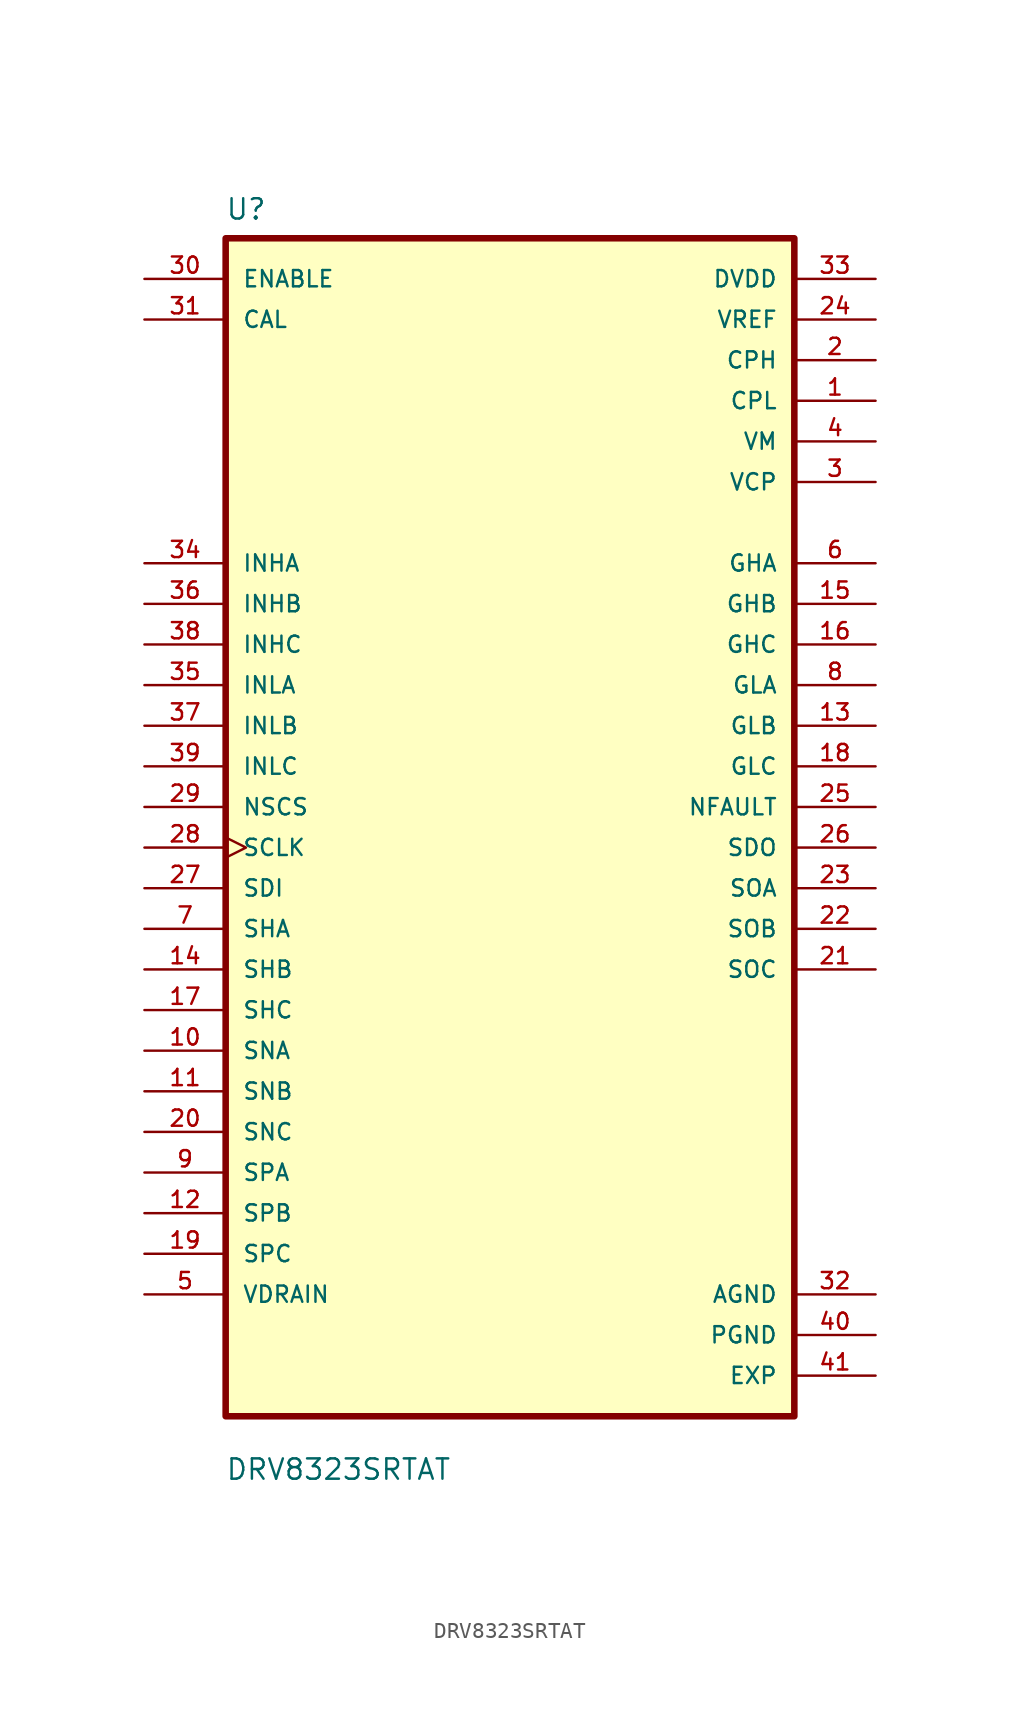
<source format=kicad_sym>
(kicad_symbol_lib
  (version 20211014)
  (generator kicad_symbol_editor)
  (symbol "DRV8323SRTAT"
    (pin_names
      (offset 1.016))
    (property "Reference" "U"
      (at -17.813 39.173 0.0)
      (effects (font (size 1.27 1.27)) (justify bottom left)))
    (property "Value" "DRV8323SRTAT"
      (at -17.811 -39.628 0.0)
      (effects (font (size 1.27 1.27)) (justify bottom left)))
    (symbol "DRV8323SRTAT_0_0"
      (rectangle (start -17.78 -35.56) (end 17.78 38.1) (stroke (width 0.41)) (fill (type background)))
      (pin input line (at -22.86 33.02 0) (length 5.08) (name "CAL" (effects (font (size 1.016 1.016)))) (number "31" (effects (font (size 1.016 1.016)))))
      (pin input line (at -22.86 35.56 0) (length 5.08) (name "ENABLE" (effects (font (size 1.016 1.016)))) (number "30" (effects (font (size 1.016 1.016)))))
      (pin input line (at -22.86 17.78 0) (length 5.08) (name "INHA" (effects (font (size 1.016 1.016)))) (number "34" (effects (font (size 1.016 1.016)))))
      (pin input line (at -22.86 15.24 0) (length 5.08) (name "INHB" (effects (font (size 1.016 1.016)))) (number "36" (effects (font (size 1.016 1.016)))))
      (pin input line (at -22.86 12.7 0) (length 5.08) (name "INHC" (effects (font (size 1.016 1.016)))) (number "38" (effects (font (size 1.016 1.016)))))
      (pin input line (at -22.86 10.16 0) (length 5.08) (name "INLA" (effects (font (size 1.016 1.016)))) (number "35" (effects (font (size 1.016 1.016)))))
      (pin input line (at -22.86 7.62 0) (length 5.08) (name "INLB" (effects (font (size 1.016 1.016)))) (number "37" (effects (font (size 1.016 1.016)))))
      (pin input line (at -22.86 5.08 0) (length 5.08) (name "INLC" (effects (font (size 1.016 1.016)))) (number "39" (effects (font (size 1.016 1.016)))))
      (pin input line (at -22.86 2.54 0) (length 5.08) (name "NSCS" (effects (font (size 1.016 1.016)))) (number "29" (effects (font (size 1.016 1.016)))))
      (pin input clock (at -22.86 0.0 0) (length 5.08) (name "SCLK" (effects (font (size 1.016 1.016)))) (number "28" (effects (font (size 1.016 1.016)))))
      (pin input line (at -22.86 -2.54 0) (length 5.08) (name "SDI" (effects (font (size 1.016 1.016)))) (number "27" (effects (font (size 1.016 1.016)))))
      (pin input line (at -22.86 -5.08 0) (length 5.08) (name "SHA" (effects (font (size 1.016 1.016)))) (number "7" (effects (font (size 1.016 1.016)))))
      (pin input line (at -22.86 -7.62 0) (length 5.08) (name "SHB" (effects (font (size 1.016 1.016)))) (number "14" (effects (font (size 1.016 1.016)))))
      (pin input line (at -22.86 -10.16 0) (length 5.08) (name "SHC" (effects (font (size 1.016 1.016)))) (number "17" (effects (font (size 1.016 1.016)))))
      (pin input line (at -22.86 -12.7 0) (length 5.08) (name "SNA" (effects (font (size 1.016 1.016)))) (number "10" (effects (font (size 1.016 1.016)))))
      (pin input line (at -22.86 -15.24 0) (length 5.08) (name "SNB" (effects (font (size 1.016 1.016)))) (number "11" (effects (font (size 1.016 1.016)))))
      (pin input line (at -22.86 -17.78 0) (length 5.08) (name "SNC" (effects (font (size 1.016 1.016)))) (number "20" (effects (font (size 1.016 1.016)))))
      (pin output line (at 22.86 -2.54 180.0) (length 5.08) (name "SOA" (effects (font (size 1.016 1.016)))) (number "23" (effects (font (size 1.016 1.016)))))
      (pin input line (at -22.86 -27.94 0) (length 5.08) (name "VDRAIN" (effects (font (size 1.016 1.016)))) (number "5" (effects (font (size 1.016 1.016)))))
      (pin power_in line (at 22.86 33.02 180.0) (length 5.08) (name "VREF" (effects (font (size 1.016 1.016)))) (number "24" (effects (font (size 1.016 1.016)))))
      (pin output line (at 22.86 -7.62 180.0) (length 5.08) (name "SOC" (effects (font (size 1.016 1.016)))) (number "21" (effects (font (size 1.016 1.016)))))
      (pin input line (at -22.86 -20.32 0) (length 5.08) (name "SPA" (effects (font (size 1.016 1.016)))) (number "9" (effects (font (size 1.016 1.016)))))
      (pin input line (at -22.86 -22.86 0) (length 5.08) (name "SPB" (effects (font (size 1.016 1.016)))) (number "12" (effects (font (size 1.016 1.016)))))
      (pin power_in line (at 22.86 -27.94 180.0) (length 5.08) (name "AGND" (effects (font (size 1.016 1.016)))) (number "32" (effects (font (size 1.016 1.016)))))
      (pin power_in line (at 22.86 30.48 180.0) (length 5.08) (name "CPH" (effects (font (size 1.016 1.016)))) (number "2" (effects (font (size 1.016 1.016)))))
      (pin power_in line (at 22.86 27.94 180.0) (length 5.08) (name "CPL" (effects (font (size 1.016 1.016)))) (number "1" (effects (font (size 1.016 1.016)))))
      (pin power_in line (at 22.86 35.56 180.0) (length 5.08) (name "DVDD" (effects (font (size 1.016 1.016)))) (number "33" (effects (font (size 1.016 1.016)))))
      (pin power_in line (at 22.86 -30.48 180.0) (length 5.08) (name "PGND" (effects (font (size 1.016 1.016)))) (number "40" (effects (font (size 1.016 1.016)))))
      (pin output line (at 22.86 17.78 180.0) (length 5.08) (name "GHA" (effects (font (size 1.016 1.016)))) (number "6" (effects (font (size 1.016 1.016)))))
      (pin output line (at 22.86 15.24 180.0) (length 5.08) (name "GHB" (effects (font (size 1.016 1.016)))) (number "15" (effects (font (size 1.016 1.016)))))
      (pin output line (at 22.86 12.7 180.0) (length 5.08) (name "GHC" (effects (font (size 1.016 1.016)))) (number "16" (effects (font (size 1.016 1.016)))))
      (pin output line (at 22.86 10.16 180.0) (length 5.08) (name "GLA" (effects (font (size 1.016 1.016)))) (number "8" (effects (font (size 1.016 1.016)))))
      (pin output line (at 22.86 7.62 180.0) (length 5.08) (name "GLB" (effects (font (size 1.016 1.016)))) (number "13" (effects (font (size 1.016 1.016)))))
      (pin output line (at 22.86 5.08 180.0) (length 5.08) (name "GLC" (effects (font (size 1.016 1.016)))) (number "18" (effects (font (size 1.016 1.016)))))
      (pin output line (at 22.86 2.54 180.0) (length 5.08) (name "NFAULT" (effects (font (size 1.016 1.016)))) (number "25" (effects (font (size 1.016 1.016)))))
      (pin output line (at 22.86 0.0 180.0) (length 5.08) (name "SDO" (effects (font (size 1.016 1.016)))) (number "26" (effects (font (size 1.016 1.016)))))
      (pin output line (at 22.86 -5.08 180.0) (length 5.08) (name "SOB" (effects (font (size 1.016 1.016)))) (number "22" (effects (font (size 1.016 1.016)))))
      (pin input line (at -22.86 -25.4 0) (length 5.08) (name "SPC" (effects (font (size 1.016 1.016)))) (number "19" (effects (font (size 1.016 1.016)))))
      (pin power_in line (at 22.86 22.86 180.0) (length 5.08) (name "VCP" (effects (font (size 1.016 1.016)))) (number "3" (effects (font (size 1.016 1.016)))))
      (pin power_in line (at 22.86 25.4 180.0) (length 5.08) (name "VM" (effects (font (size 1.016 1.016)))) (number "4" (effects (font (size 1.016 1.016)))))
      (pin power_in line (at 22.86 -33.02 180.0) (length 5.08) (name "EXP" (effects (font (size 1.016 1.016)))) (number "41" (effects (font (size 1.016 1.016))))))))
</source>
